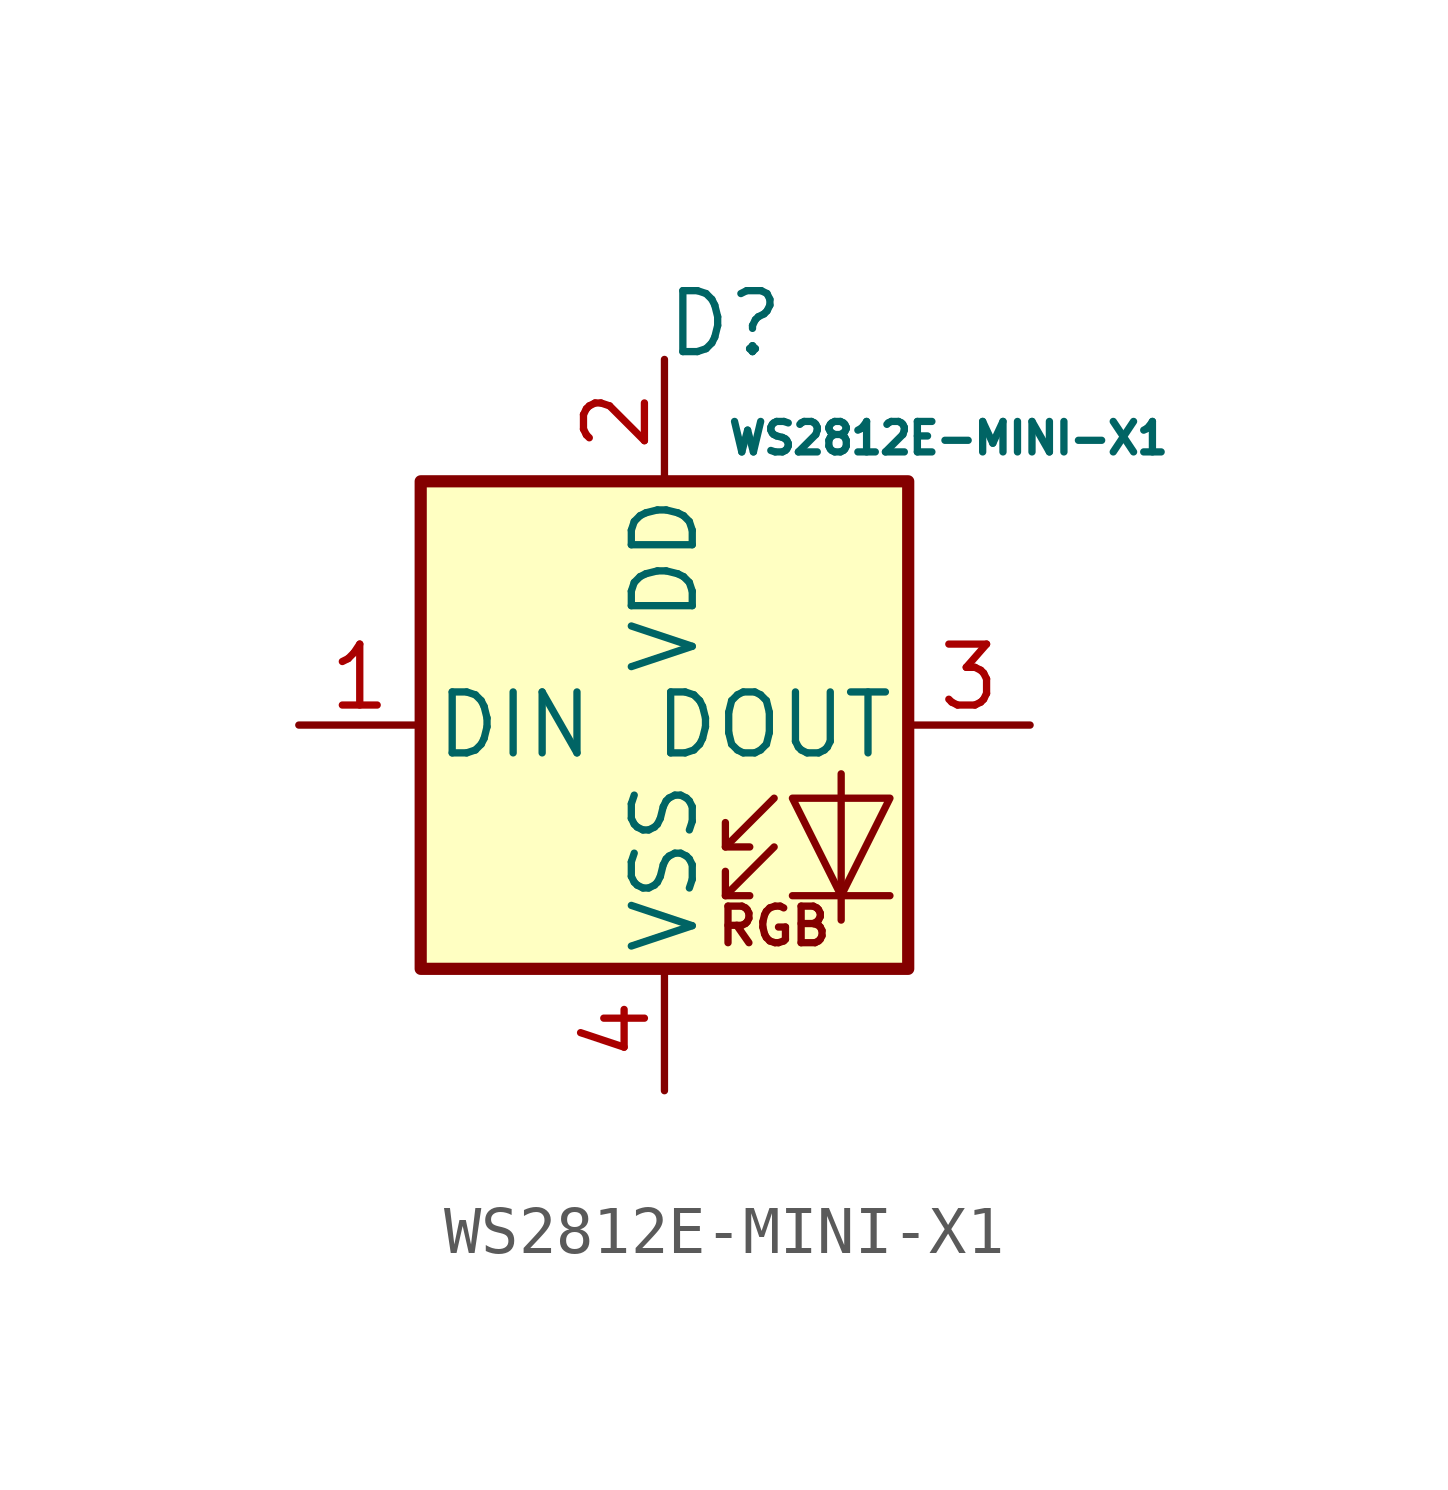
<source format=kicad_sym>
(kicad_symbol_lib
  (version 20220914)
  (generator kicad_symbol_editor)
  (symbol "WS2812E-MINI-X1"
    (pin_names
      (offset 0.254))
    (property "Reference" "D"
      (at 2.54 7.62 0)
      (effects (font (size 1.27 1.27)) (justify right bottom)))
    (property "Value" "WS2812E-MINI-X1"
      (at 1.27 6.35 0)
      (effects (font (size 0.635 0.635)) (justify left top)))
    (symbol "WS2812E-MINI-X1_0_0"
      (text "RGB" (at 2.286 -4.191 0) (effects (font (size 0.762 0.762)))))
    (symbol "WS2812E-MINI-X1_0_1"
      (rectangle (start -5.08 5.08) (end 5.08 -5.08) (stroke (width 0.254) (type default)) (fill (type background)))
      (polyline (pts (xy 1.27 -3.556) (xy 1.778 -3.556)) (stroke (width 0) (type default)) (fill (type none)))
      (polyline (pts (xy 1.27 -2.54) (xy 1.778 -2.54)) (stroke (width 0) (type default)) (fill (type none)))
      (polyline (pts (xy 4.699 -3.556) (xy 2.667 -3.556)) (stroke (width 0) (type default)) (fill (type none)))
      (polyline (pts (xy 2.286 -2.54) (xy 1.27 -3.556) (xy 1.27 -3.048)) (stroke (width 0) (type default)) (fill (type none)))
      (polyline (pts (xy 2.286 -1.524) (xy 1.27 -2.54) (xy 1.27 -2.032)) (stroke (width 0) (type default)) (fill (type none)))
      (polyline (pts (xy 3.683 -1.016) (xy 3.683 -3.556) (xy 3.683 -4.064)) (stroke (width 0) (type default)) (fill (type none)))
      (polyline (pts (xy 4.699 -1.524) (xy 2.667 -1.524) (xy 3.683 -3.556) (xy 4.699 -1.524)) (stroke (width 0) (type default)) (fill (type none))))
    (symbol "WS2812E-MINI-X1_1_1"
      (pin input line (at -7.62 0 0) (length 2.54) (name "DIN" (effects (font (size 1.27 1.27)))) (number "1" (effects (font (size 1.27 1.27)))))
      (pin power_in line (at 0 7.62 270) (length 2.54) (name "VDD" (effects (font (size 1.27 1.27)))) (number "2" (effects (font (size 1.27 1.27)))))
      (pin output line (at 7.62 0 180) (length 2.54) (name "DOUT" (effects (font (size 1.27 1.27)))) (number "3" (effects (font (size 1.27 1.27)))))
      (pin power_in line (at 0 -7.62 90) (length 2.54) (name "VSS" (effects (font (size 1.27 1.27)))) (number "4" (effects (font (size 1.27 1.27))))))))
</source>
